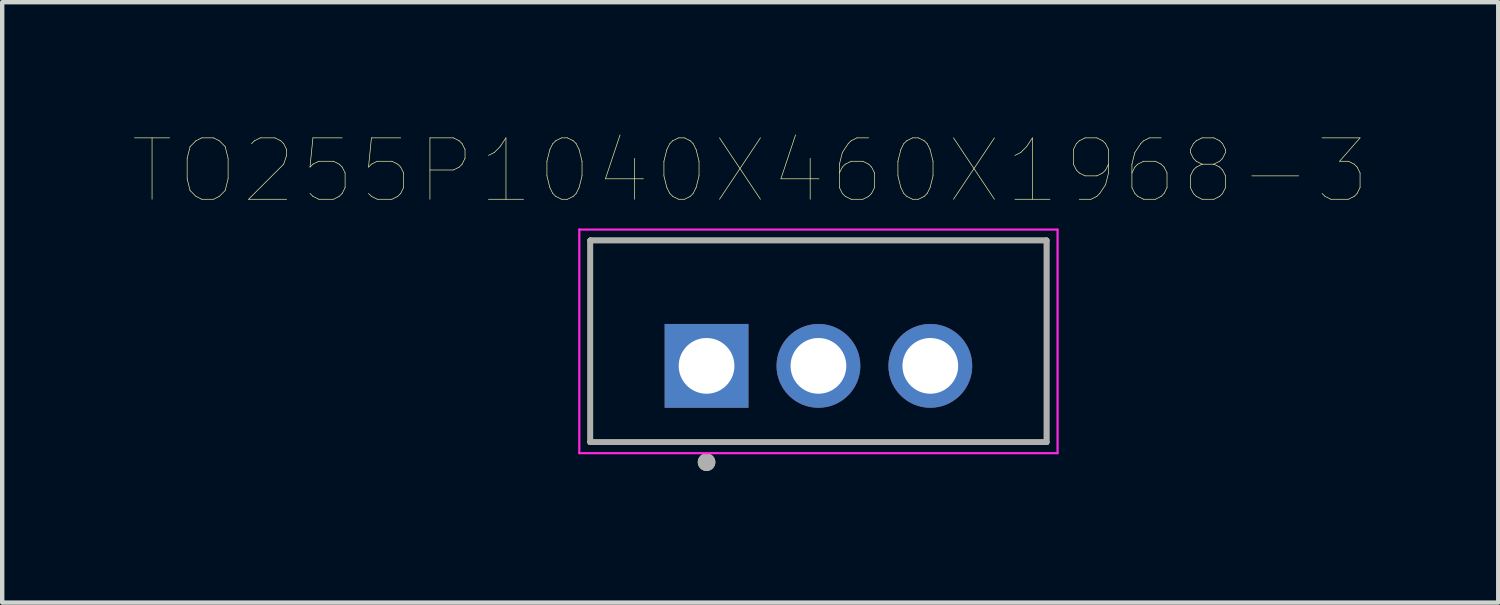
<source format=kicad_pcb>
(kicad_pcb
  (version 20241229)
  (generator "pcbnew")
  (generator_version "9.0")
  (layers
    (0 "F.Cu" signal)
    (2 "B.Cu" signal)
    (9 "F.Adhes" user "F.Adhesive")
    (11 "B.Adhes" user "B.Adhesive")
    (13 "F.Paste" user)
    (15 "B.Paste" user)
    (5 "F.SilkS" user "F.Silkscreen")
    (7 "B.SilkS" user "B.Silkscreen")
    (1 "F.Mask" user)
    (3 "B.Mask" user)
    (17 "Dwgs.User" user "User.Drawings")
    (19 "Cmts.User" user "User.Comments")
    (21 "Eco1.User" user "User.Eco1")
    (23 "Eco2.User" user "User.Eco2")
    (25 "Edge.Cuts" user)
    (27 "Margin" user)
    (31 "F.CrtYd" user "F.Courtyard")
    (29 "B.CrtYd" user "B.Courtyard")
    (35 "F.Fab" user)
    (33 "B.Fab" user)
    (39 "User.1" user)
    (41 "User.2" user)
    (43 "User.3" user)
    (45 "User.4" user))
  (footprint "TO255P1040X460X1968-3"
    (layer "F.Cu")
    (at 13.054 5.289)
    (property "Reference" "TO255P1040X460X1968-3" (at 0.995 -4.444 0) (layer "F.SilkS") (effects (font (size 1.4 1.4) (thickness 0.015))))
    (attr through_hole)
    (fp_line (start -2.65 -2.86) (end 7.75 -2.86) (stroke (width 0.127) (type solid)) (layer "F.SilkS"))
    (fp_line (start -2.65 1.74) (end -2.65 -2.86) (stroke (width 0.127) (type solid)) (layer "F.SilkS"))
    (fp_line (start 7.75 -2.86) (end 7.75 1.74) (stroke (width 0.127) (type solid)) (layer "F.SilkS"))
    (fp_line (start 7.75 1.74) (end -2.65 1.74) (stroke (width 0.127) (type solid)) (layer "F.SilkS"))
    (fp_circle (center 0 2.195) (end 0.1 2.195) (stroke (width 0.2) (type solid)) (fill no) (layer "F.SilkS"))
    (fp_line (start -2.9 -3.106) (end 8 -3.106) (stroke (width 0.05) (type solid)) (layer "F.CrtYd"))
    (fp_line (start -2.9 1.99) (end -2.9 -3.106) (stroke (width 0.05) (type solid)) (layer "F.CrtYd"))
    (fp_line (start 8 -3.106) (end 8 1.99) (stroke (width 0.05) (type solid)) (layer "F.CrtYd"))
    (fp_line (start 8 1.99) (end -2.9 1.99) (stroke (width 0.05) (type solid)) (layer "F.CrtYd"))
    (fp_line (start -2.65 -2.86) (end 7.75 -2.86) (stroke (width 0.127) (type solid)) (layer "F.Fab"))
    (fp_line (start -2.65 1.74) (end -2.65 -2.86) (stroke (width 0.127) (type solid)) (layer "F.Fab"))
    (fp_line (start 7.75 -2.86) (end 7.75 1.74) (stroke (width 0.127) (type solid)) (layer "F.Fab"))
    (fp_line (start 7.75 1.74) (end -2.65 1.74) (stroke (width 0.127) (type solid)) (layer "F.Fab"))
    (fp_circle (center 0 2.195) (end 0.1 2.195) (stroke (width 0.2) (type solid)) (fill no) (layer "F.Fab"))
    (pad "1" thru_hole rect (at 0 0) (size 1.91 1.91) (drill 1.27) (layers "*.Cu" "*.Mask"))
    (pad "2" thru_hole circle (at 2.55 0) (size 1.91 1.91) (drill 1.27) (layers "*.Cu" "*.Mask"))
    (pad "3" thru_hole circle (at 5.1 0) (size 1.91 1.91) (drill 1.27) (layers "*.Cu" "*.Mask")))
  (gr_rect
    (start -3 -3)
    (end 31.098 10.684)
    (stroke (width 0.1) (type default))
    (fill no)
    (layer "Edge.Cuts")))
</source>
